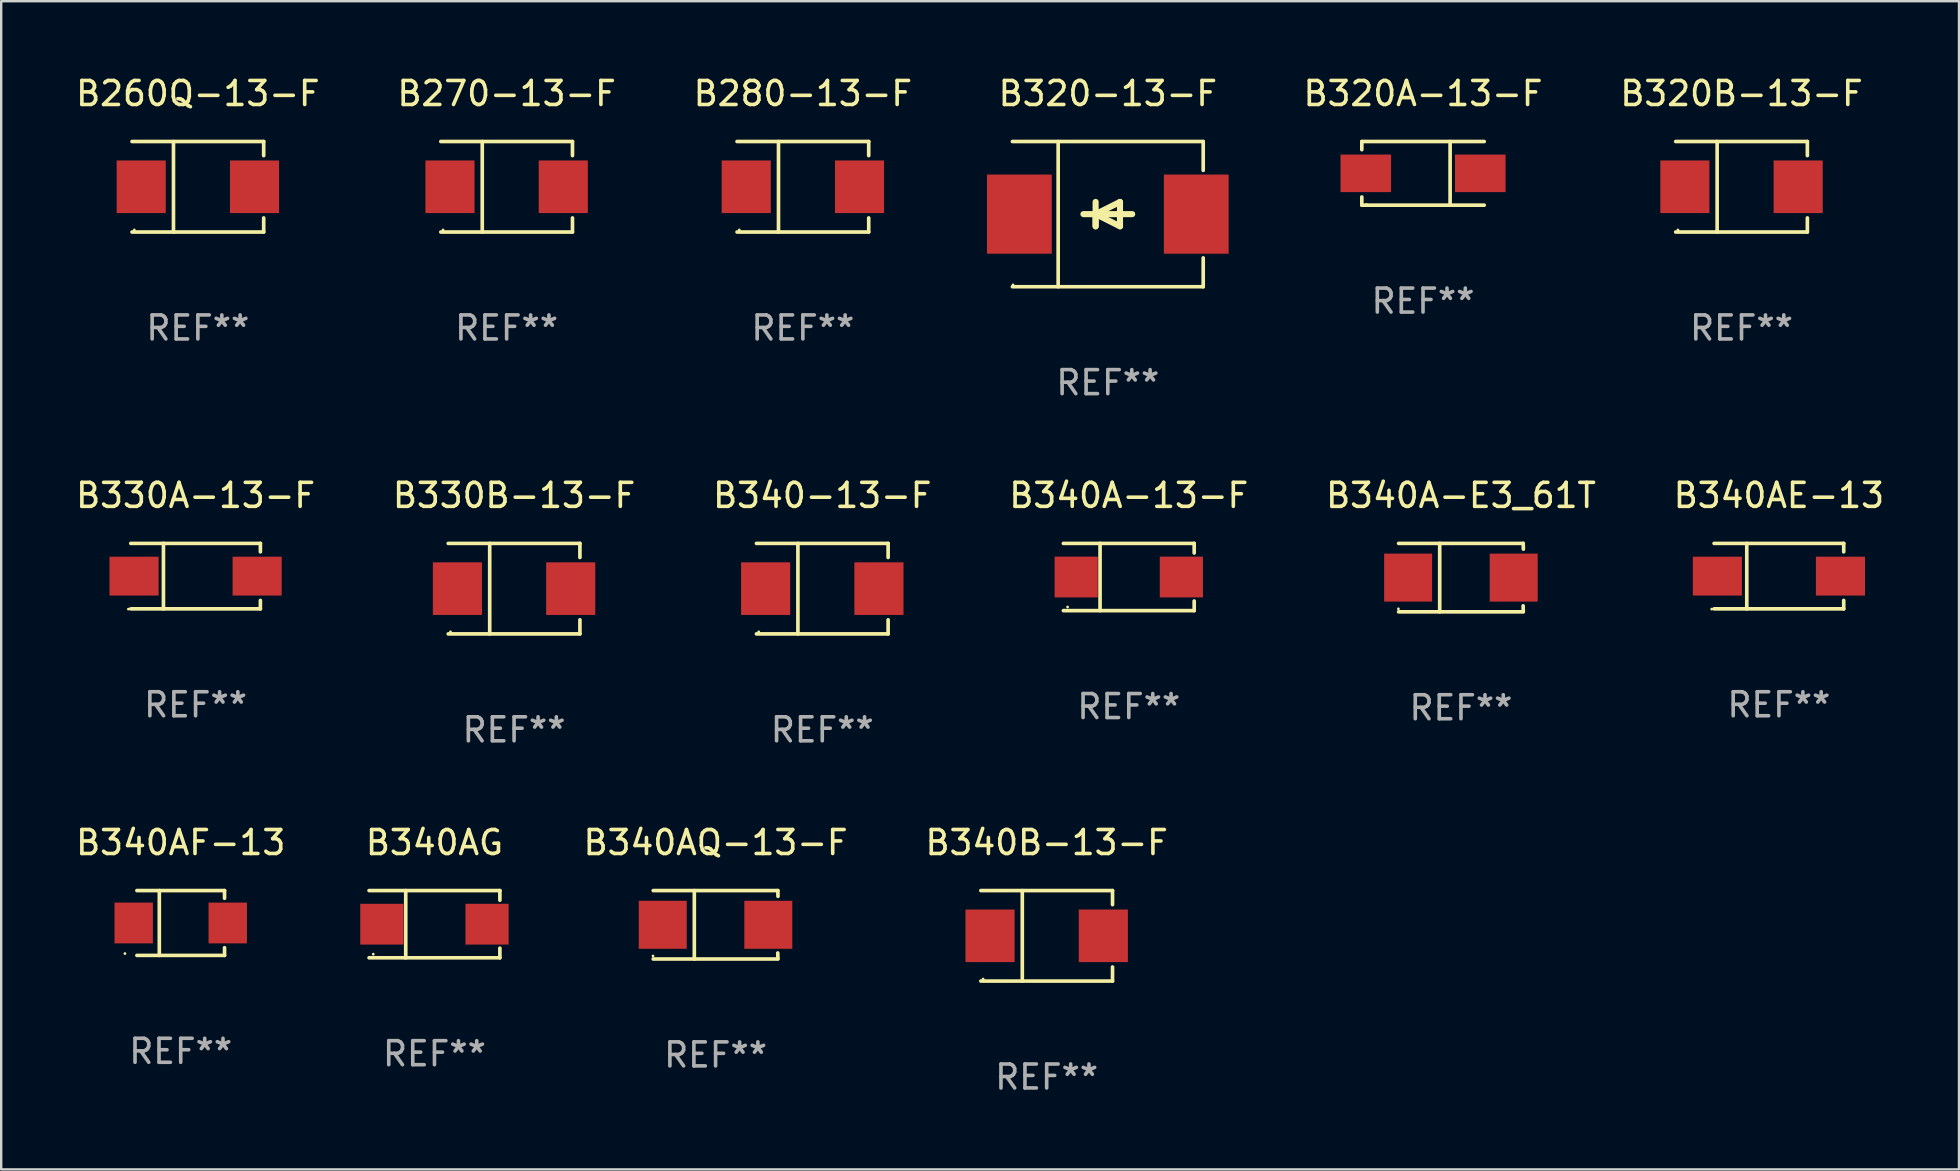
<source format=kicad_pcb>
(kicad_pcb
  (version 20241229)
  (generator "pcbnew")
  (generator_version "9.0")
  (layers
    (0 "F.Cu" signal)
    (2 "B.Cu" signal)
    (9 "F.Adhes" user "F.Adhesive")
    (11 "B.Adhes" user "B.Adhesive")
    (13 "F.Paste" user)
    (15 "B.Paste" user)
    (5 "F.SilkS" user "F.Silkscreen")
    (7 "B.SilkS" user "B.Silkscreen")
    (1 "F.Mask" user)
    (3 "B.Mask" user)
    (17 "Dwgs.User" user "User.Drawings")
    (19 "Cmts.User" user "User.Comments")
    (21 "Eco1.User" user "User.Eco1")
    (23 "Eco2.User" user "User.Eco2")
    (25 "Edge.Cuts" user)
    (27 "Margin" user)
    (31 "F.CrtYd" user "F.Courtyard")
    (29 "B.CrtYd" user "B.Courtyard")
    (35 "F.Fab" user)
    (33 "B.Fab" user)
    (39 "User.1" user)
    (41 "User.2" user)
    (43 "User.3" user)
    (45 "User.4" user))
  (footprint "B340AG"
    (layer "F.Cu")
    (at 15.057 35.467)
    (property "Reference" "B340AG" (at 0 -3.401 0) (layer "F.SilkS") (effects (font (size 1 1) (thickness 0.15))))
    (attr through_hole)
    (fp_line (start -2.726 -1.401) (end 2.726 -1.401) (stroke (width 0.152) (type solid)) (layer "F.SilkS"))
    (fp_line (start -2.726 1.401) (end 2.726 1.401) (stroke (width 0.152) (type solid)) (layer "F.SilkS"))
    (fp_line (start -1.197 -1.401) (end -1.197 1.401) (stroke (width 0.152) (type solid)) (layer "F.SilkS"))
    (fp_line (start 2.726 -1.401) (end 2.726 -1) (stroke (width 0.152) (type solid)) (layer "F.SilkS"))
    (fp_line (start 2.726 1.401) (end 2.726 1) (stroke (width 0.152) (type solid)) (layer "F.SilkS"))
    (fp_circle (center -2.55 1.25) (end -2.52 1.25) (stroke (width 0.06) (type solid)) (fill no) (layer "F.SilkS"))
    (fp_text user "REF**" (at 0 5.401 0) (layer "F.Fab") (effects (font (size 1 1) (thickness 0.15))))
    (pad "1" smd rect (at -2.192 0) (size 1.8 1.7) (layers "F.Cu" "F.Mask" "F.Paste"))
    (pad "2" smd rect (at 2.192 0) (size 1.8 1.7) (layers "F.Cu" "F.Mask" "F.Paste")))
  (footprint "B340B-13-F"
    (layer "F.Cu")
    (at 40.572 35.952)
    (property "Reference" "B340B-13-F" (at 0 -3.886 0) (layer "F.SilkS") (effects (font (size 1 1) (thickness 0.15))))
    (attr through_hole)
    (fp_line (start -2.744 -1.886) (end 2.744 -1.886) (stroke (width 0.152) (type solid)) (layer "F.SilkS"))
    (fp_line (start -2.744 1.886) (end 2.744 1.886) (stroke (width 0.152) (type solid)) (layer "F.SilkS"))
    (fp_line (start -1.016 -1.886) (end -1.016 1.886) (stroke (width 0.152) (type solid)) (layer "F.SilkS"))
    (fp_line (start 2.744 -1.886) (end 2.744 -1.299) (stroke (width 0.152) (type solid)) (layer "F.SilkS"))
    (fp_line (start 2.744 1.886) (end 2.744 1.299) (stroke (width 0.152) (type solid)) (layer "F.SilkS"))
    (fp_circle (center -2.65 1.8) (end -2.62 1.8) (stroke (width 0.06) (type solid)) (fill no) (layer "F.SilkS"))
    (fp_text user "REF**" (at 0 5.886 0) (layer "F.Fab") (effects (font (size 1 1) (thickness 0.15))))
    (pad "1" smd rect (at -2.361 0) (size 2.047 2.192) (layers "F.Cu" "F.Mask" "F.Paste"))
    (pad "2" smd rect (at 2.361 0) (size 2.047 2.192) (layers "F.Cu" "F.Mask" "F.Paste")))
  (footprint "B320B-13-F"
    (layer "F.Cu")
    (at 69.531 4.734)
    (property "Reference" "B320B-13-F" (at 0 -3.886 0) (layer "F.SilkS") (effects (font (size 1 1) (thickness 0.15))))
    (attr through_hole)
    (fp_line (start -2.744 -1.886) (end 2.744 -1.886) (stroke (width 0.152) (type solid)) (layer "F.SilkS"))
    (fp_line (start -2.744 1.886) (end 2.744 1.886) (stroke (width 0.152) (type solid)) (layer "F.SilkS"))
    (fp_line (start -1.016 -1.886) (end -1.016 1.886) (stroke (width 0.152) (type solid)) (layer "F.SilkS"))
    (fp_line (start 2.744 -1.886) (end 2.744 -1.299) (stroke (width 0.152) (type solid)) (layer "F.SilkS"))
    (fp_line (start 2.744 1.886) (end 2.744 1.299) (stroke (width 0.152) (type solid)) (layer "F.SilkS"))
    (fp_circle (center -2.65 1.8) (end -2.62 1.8) (stroke (width 0.06) (type solid)) (fill no) (layer "F.SilkS"))
    (fp_text user "REF**" (at 0 5.886 0) (layer "F.Fab") (effects (font (size 1 1) (thickness 0.15))))
    (pad "1" smd rect (at -2.361 0) (size 2.047 2.192) (layers "F.Cu" "F.Mask" "F.Paste"))
    (pad "2" smd rect (at 2.361 0) (size 2.047 2.192) (layers "F.Cu" "F.Mask" "F.Paste")))
  (footprint "B340-13-F"
    (layer "F.Cu")
    (at 31.22 21.483)
    (property "Reference" "B340-13-F" (at 0 -3.886 0) (layer "F.SilkS") (effects (font (size 1 1) (thickness 0.15))))
    (attr through_hole)
    (fp_line (start -2.744 -1.886) (end 2.744 -1.886) (stroke (width 0.152) (type solid)) (layer "F.SilkS"))
    (fp_line (start -2.744 1.886) (end 2.744 1.886) (stroke (width 0.152) (type solid)) (layer "F.SilkS"))
    (fp_line (start -1.016 -1.886) (end -1.016 1.886) (stroke (width 0.152) (type solid)) (layer "F.SilkS"))
    (fp_line (start 2.744 -1.886) (end 2.744 -1.299) (stroke (width 0.152) (type solid)) (layer "F.SilkS"))
    (fp_line (start 2.744 1.886) (end 2.744 1.299) (stroke (width 0.152) (type solid)) (layer "F.SilkS"))
    (fp_circle (center -2.65 1.8) (end -2.62 1.8) (stroke (width 0.06) (type solid)) (fill no) (layer "F.SilkS"))
    (fp_text user "REF**" (at 0 5.886 0) (layer "F.Fab") (effects (font (size 1 1) (thickness 0.15))))
    (pad "1" smd rect (at -2.361 0) (size 2.047 2.192) (layers "F.Cu" "F.Mask" "F.Paste"))
    (pad "2" smd rect (at 2.361 0) (size 2.047 2.192) (layers "F.Cu" "F.Mask" "F.Paste")))
  (footprint "B340AQ-13-F"
    (layer "F.Cu")
    (at 26.774 35.492)
    (property "Reference" "B340AQ-13-F" (at 0 -3.426 0) (layer "F.SilkS") (effects (font (size 1 1) (thickness 0.15))))
    (attr through_hole)
    (fp_line (start -2.6 -1.426) (end 2.593 -1.426) (stroke (width 0.152) (type solid)) (layer "F.SilkS"))
    (fp_line (start -2.6 1.426) (end 2.593 1.426) (stroke (width 0.152) (type solid)) (layer "F.SilkS"))
    (fp_line (start -0.887 -1.426) (end -0.887 1.426) (stroke (width 0.152) (type solid)) (layer "F.SilkS"))
    (fp_line (start 2.59 1.176) (end 2.597 1.415) (stroke (width 0.152) (type solid)) (layer "F.SilkS"))
    (fp_line (start 2.593 -1.426) (end 2.6 -1.187) (stroke (width 0.152) (type solid)) (layer "F.SilkS"))
    (fp_circle (center -2.608 1.3) (end -2.578 1.3) (stroke (width 0.06) (type solid)) (fill no) (layer "F.SilkS"))
    (fp_text user "REF**" (at 0 5.426 0) (layer "F.Fab") (effects (font (size 1 1) (thickness 0.15))))
    (pad "1" smd rect (at -2.203 0 180) (size 2 2) (layers "F.Cu" "F.Mask" "F.Paste"))
    (pad "2" smd rect (at 2.197 0 180) (size 2 2) (layers "F.Cu" "F.Mask" "F.Paste")))
  (footprint "B280-13-F"
    (layer "F.Cu")
    (at 30.411 4.734)
    (property "Reference" "B280-13-F" (at 0 -3.886 0) (layer "F.SilkS") (effects (font (size 1 1) (thickness 0.15))))
    (attr through_hole)
    (fp_line (start -2.744 -1.886) (end 2.744 -1.886) (stroke (width 0.152) (type solid)) (layer "F.SilkS"))
    (fp_line (start -2.744 1.886) (end 2.744 1.886) (stroke (width 0.152) (type solid)) (layer "F.SilkS"))
    (fp_line (start -1.016 -1.886) (end -1.016 1.886) (stroke (width 0.152) (type solid)) (layer "F.SilkS"))
    (fp_line (start 2.744 -1.886) (end 2.744 -1.299) (stroke (width 0.152) (type solid)) (layer "F.SilkS"))
    (fp_line (start 2.744 1.886) (end 2.744 1.299) (stroke (width 0.152) (type solid)) (layer "F.SilkS"))
    (fp_circle (center -2.65 1.8) (end -2.62 1.8) (stroke (width 0.06) (type solid)) (fill no) (layer "F.SilkS"))
    (fp_text user "REF**" (at 0 5.886 0) (layer "F.Fab") (effects (font (size 1 1) (thickness 0.15))))
    (pad "1" smd rect (at -2.361 0) (size 2.047 2.192) (layers "F.Cu" "F.Mask" "F.Paste"))
    (pad "2" smd rect (at 2.361 0) (size 2.047 2.192) (layers "F.Cu" "F.Mask" "F.Paste")))
  (footprint "B330B-13-F"
    (layer "F.Cu")
    (at 18.375 21.483)
    (property "Reference" "B330B-13-F" (at 0 -3.886 0) (layer "F.SilkS") (effects (font (size 1 1) (thickness 0.15))))
    (attr through_hole)
    (fp_line (start -2.744 -1.886) (end 2.744 -1.886) (stroke (width 0.152) (type solid)) (layer "F.SilkS"))
    (fp_line (start -2.744 1.886) (end 2.744 1.886) (stroke (width 0.152) (type solid)) (layer "F.SilkS"))
    (fp_line (start -1.016 -1.886) (end -1.016 1.886) (stroke (width 0.152) (type solid)) (layer "F.SilkS"))
    (fp_line (start 2.744 -1.886) (end 2.744 -1.299) (stroke (width 0.152) (type solid)) (layer "F.SilkS"))
    (fp_line (start 2.744 1.886) (end 2.744 1.299) (stroke (width 0.152) (type solid)) (layer "F.SilkS"))
    (fp_circle (center -2.65 1.8) (end -2.62 1.8) (stroke (width 0.06) (type solid)) (fill no) (layer "F.SilkS"))
    (fp_text user "REF**" (at 0 5.886 0) (layer "F.Fab") (effects (font (size 1 1) (thickness 0.15))))
    (pad "1" smd rect (at -2.361 0) (size 2.047 2.192) (layers "F.Cu" "F.Mask" "F.Paste"))
    (pad "2" smd rect (at 2.361 0) (size 2.047 2.192) (layers "F.Cu" "F.Mask" "F.Paste")))
  (footprint "B260Q-13-F"
    (layer "F.Cu")
    (at 5.196 4.734)
    (property "Reference" "B260Q-13-F" (at 0 -3.886 0) (layer "F.SilkS") (effects (font (size 1 1) (thickness 0.15))))
    (attr through_hole)
    (fp_line (start -2.744 -1.886) (end 2.744 -1.886) (stroke (width 0.152) (type solid)) (layer "F.SilkS"))
    (fp_line (start -2.744 1.886) (end 2.744 1.886) (stroke (width 0.152) (type solid)) (layer "F.SilkS"))
    (fp_line (start -1.016 -1.886) (end -1.016 1.886) (stroke (width 0.152) (type solid)) (layer "F.SilkS"))
    (fp_line (start 2.744 -1.886) (end 2.744 -1.299) (stroke (width 0.152) (type solid)) (layer "F.SilkS"))
    (fp_line (start 2.744 1.886) (end 2.744 1.299) (stroke (width 0.152) (type solid)) (layer "F.SilkS"))
    (fp_circle (center -2.65 1.8) (end -2.62 1.8) (stroke (width 0.06) (type solid)) (fill no) (layer "F.SilkS"))
    (fp_text user "REF**" (at 0 5.886 0) (layer "F.Fab") (effects (font (size 1 1) (thickness 0.15))))
    (pad "1" smd rect (at -2.361 0) (size 2.047 2.192) (layers "F.Cu" "F.Mask" "F.Paste"))
    (pad "2" smd rect (at 2.361 0) (size 2.047 2.192) (layers "F.Cu" "F.Mask" "F.Paste")))
  (footprint "B340A-E3_61T"
    (layer "F.Cu")
    (at 57.839 21.023)
    (property "Reference" "B340A-E3_61T" (at 0 -3.426 0) (layer "F.SilkS") (effects (font (size 1 1) (thickness 0.15))))
    (attr through_hole)
    (fp_line (start -2.6 -1.426) (end 2.593 -1.426) (stroke (width 0.152) (type solid)) (layer "F.SilkS"))
    (fp_line (start -2.6 1.426) (end 2.593 1.426) (stroke (width 0.152) (type solid)) (layer "F.SilkS"))
    (fp_line (start -0.887 -1.426) (end -0.887 1.426) (stroke (width 0.152) (type solid)) (layer "F.SilkS"))
    (fp_line (start 2.59 1.176) (end 2.597 1.415) (stroke (width 0.152) (type solid)) (layer "F.SilkS"))
    (fp_line (start 2.593 -1.426) (end 2.6 -1.187) (stroke (width 0.152) (type solid)) (layer "F.SilkS"))
    (fp_circle (center -2.608 1.3) (end -2.578 1.3) (stroke (width 0.06) (type solid)) (fill no) (layer "F.SilkS"))
    (fp_text user "REF**" (at 0 5.426 0) (layer "F.Fab") (effects (font (size 1 1) (thickness 0.15))))
    (pad "1" smd rect (at -2.203 0 180) (size 2 2) (layers "F.Cu" "F.Mask" "F.Paste"))
    (pad "2" smd rect (at 2.197 0 180) (size 2 2) (layers "F.Cu" "F.Mask" "F.Paste")))
  (footprint "B340AF-13"
    (layer "F.Cu")
    (at 4.482 35.417)
    (property "Reference" "B340AF-13" (at 0 -3.351 0) (layer "F.SilkS") (effects (font (size 1 1) (thickness 0.15))))
    (attr through_hole)
    (fp_line (start -1.826 -1.351) (end 1.826 -1.351) (stroke (width 0.152) (type solid)) (layer "F.SilkS"))
    (fp_line (start -1.826 1.351) (end 1.826 1.351) (stroke (width 0.152) (type solid)) (layer "F.SilkS"))
    (fp_line (start -0.892 -1.351) (end -0.892 1.351) (stroke (width 0.152) (type solid)) (layer "F.SilkS"))
    (fp_line (start 1.826 -1.351) (end 1.826 -1.03) (stroke (width 0.152) (type solid)) (layer "F.SilkS"))
    (fp_line (start 1.826 1.03) (end 1.826 1.351) (stroke (width 0.152) (type solid)) (layer "F.SilkS"))
    (fp_circle (center -2.325 1.275) (end -2.295 1.275) (stroke (width 0.06) (type solid)) (fill no) (layer "F.SilkS"))
    (fp_text user "REF**" (at 0 5.351 0) (layer "F.Fab") (effects (font (size 1 1) (thickness 0.15))))
    (pad "1" smd rect (at -1.96 0 180) (size 1.6 1.7) (layers "F.Cu" "F.Mask" "F.Paste"))
    (pad "2" smd rect (at 1.96 0 180) (size 1.6 1.7) (layers "F.Cu" "F.Mask" "F.Paste")))
  (footprint "B320A-13-F"
    (layer "F.Cu")
    (at 56.257 4.174)
    (property "Reference" "B320A-13-F" (at 0 -3.326 0) (layer "F.SilkS") (effects (font (size 1 1) (thickness 0.15))))
    (attr through_hole)
    (fp_line (start -2.551 -1.326) (end -2.551 -0.986) (stroke (width 0.152) (type solid)) (layer "F.SilkS"))
    (fp_line (start -2.551 1.326) (end -2.551 0.986) (stroke (width 0.152) (type solid)) (layer "F.SilkS"))
    (fp_line (start 1.129 1.326) (end 1.129 -1.326) (stroke (width 0.152) (type solid)) (layer "F.SilkS"))
    (fp_line (start 2.551 -1.326) (end -2.551 -1.326) (stroke (width 0.152) (type solid)) (layer "F.SilkS"))
    (fp_line (start 2.551 1.326) (end -2.551 1.326) (stroke (width 0.152) (type solid)) (layer "F.SilkS"))
    (fp_circle (center -2.35 1.3) (end -2.32 1.3) (stroke (width 0.06) (type solid)) (fill no) (layer "F.SilkS"))
    (fp_text user "REF**" (at 0 5.326 0) (layer "F.Fab") (effects (font (size 1 1) (thickness 0.15))))
    (pad "1" smd rect (at -2.386 0) (size 2.107 1.566) (layers "F.Cu" "F.Mask" "F.Paste"))
    (pad "2" smd rect (at 2.386 0) (size 2.107 1.566) (layers "F.Cu" "F.Mask" "F.Paste")))
  (footprint "B340A-13-F"
    (layer "F.Cu")
    (at 43.994 20.998)
    (property "Reference" "B340A-13-F" (at 0 -3.401 0) (layer "F.SilkS") (effects (font (size 1 1) (thickness 0.15))))
    (attr through_hole)
    (fp_line (start -2.726 -1.401) (end 2.726 -1.401) (stroke (width 0.152) (type solid)) (layer "F.SilkS"))
    (fp_line (start -2.726 1.401) (end 2.726 1.401) (stroke (width 0.152) (type solid)) (layer "F.SilkS"))
    (fp_line (start -1.197 -1.401) (end -1.197 1.401) (stroke (width 0.152) (type solid)) (layer "F.SilkS"))
    (fp_line (start 2.726 -1.401) (end 2.726 -1) (stroke (width 0.152) (type solid)) (layer "F.SilkS"))
    (fp_line (start 2.726 1.401) (end 2.726 1) (stroke (width 0.152) (type solid)) (layer "F.SilkS"))
    (fp_circle (center -2.55 1.25) (end -2.52 1.25) (stroke (width 0.06) (type solid)) (fill no) (layer "F.SilkS"))
    (fp_text user "REF**" (at 0 5.401 0) (layer "F.Fab") (effects (font (size 1 1) (thickness 0.15))))
    (pad "1" smd rect (at -2.192 0) (size 1.8 1.7) (layers "F.Cu" "F.Mask" "F.Paste"))
    (pad "2" smd rect (at 2.192 0) (size 1.8 1.7) (layers "F.Cu" "F.Mask" "F.Paste")))
  (footprint "B270-13-F"
    (layer "F.Cu")
    (at 18.065 4.734)
    (property "Reference" "B270-13-F" (at 0 -3.886 0) (layer "F.SilkS") (effects (font (size 1 1) (thickness 0.15))))
    (attr through_hole)
    (fp_line (start -2.744 -1.886) (end 2.744 -1.886) (stroke (width 0.152) (type solid)) (layer "F.SilkS"))
    (fp_line (start -2.744 1.886) (end 2.744 1.886) (stroke (width 0.152) (type solid)) (layer "F.SilkS"))
    (fp_line (start -1.016 -1.886) (end -1.016 1.886) (stroke (width 0.152) (type solid)) (layer "F.SilkS"))
    (fp_line (start 2.744 -1.886) (end 2.744 -1.299) (stroke (width 0.152) (type solid)) (layer "F.SilkS"))
    (fp_line (start 2.744 1.886) (end 2.744 1.299) (stroke (width 0.152) (type solid)) (layer "F.SilkS"))
    (fp_circle (center -2.65 1.8) (end -2.62 1.8) (stroke (width 0.06) (type solid)) (fill no) (layer "F.SilkS"))
    (fp_text user "REF**" (at 0 5.886 0) (layer "F.Fab") (effects (font (size 1 1) (thickness 0.15))))
    (pad "1" smd rect (at -2.361 0) (size 2.047 2.192) (layers "F.Cu" "F.Mask" "F.Paste"))
    (pad "2" smd rect (at 2.361 0) (size 2.047 2.192) (layers "F.Cu" "F.Mask" "F.Paste")))
  (footprint "B330A-13-F"
    (layer "F.Cu")
    (at 5.101 20.961)
    (property "Reference" "B330A-13-F" (at 0 -3.364 0) (layer "F.SilkS") (effects (font (size 1 1) (thickness 0.15))))
    (attr through_hole)
    (fp_line (start -2.701 -1.364) (end 2.701 -1.364) (stroke (width 0.152) (type solid)) (layer "F.SilkS"))
    (fp_line (start -2.701 1.364) (end 2.701 1.364) (stroke (width 0.152) (type solid)) (layer "F.SilkS"))
    (fp_line (start -1.339 -1.364) (end -1.339 1.364) (stroke (width 0.152) (type solid)) (layer "F.SilkS"))
    (fp_line (start 2.701 -1.364) (end 2.701 -1.013) (stroke (width 0.152) (type solid)) (layer "F.SilkS"))
    (fp_line (start 2.701 1.364) (end 2.701 1.013) (stroke (width 0.152) (type solid)) (layer "F.SilkS"))
    (fp_circle (center -2.8 1.375) (end -2.77 1.375) (stroke (width 0.06) (type solid)) (fill no) (layer "F.SilkS"))
    (fp_text user "REF**" (at 0 5.364 0) (layer "F.Fab") (effects (font (size 1 1) (thickness 0.15))))
    (pad "1" smd rect (at -2.565 -0.000025) (size 2.046 1.62) (layers "F.Cu" "F.Mask" "F.Paste"))
    (pad "2" smd rect (at 2.565 -0.000025) (size 2.046 1.62) (layers "F.Cu" "F.Mask" "F.Paste")))
  (footprint "B320-13-F"
    (layer "F.Cu")
    (at 43.12 5.874)
    (property "Reference" "B320-13-F" (at 0 -5.026 0) (layer "F.SilkS") (effects (font (size 1 1) (thickness 0.15))))
    (attr through_hole)
    (fp_line (start -3.976 -3.026) (end 3.976 -3.026) (stroke (width 0.152) (type solid)) (layer "F.SilkS"))
    (fp_line (start -3.976 3.026) (end 3.976 3.026) (stroke (width 0.152) (type solid)) (layer "F.SilkS"))
    (fp_line (start -2.069 -3.026) (end -2.069 3.026) (stroke (width 0.152) (type solid)) (layer "F.SilkS"))
    (fp_line (start -0.508 0) (end -0.508 0.508) (stroke (width 0.254) (type solid)) (layer "F.SilkS"))
    (fp_line (start -0.508 0) (end 0.508 0.508) (stroke (width 0.254) (type solid)) (layer "F.SilkS"))
    (fp_line (start -0.508 0.508) (end -0.508 -0.508) (stroke (width 0.254) (type solid)) (layer "F.SilkS"))
    (fp_line (start 0.508 -0.508) (end -0.508 0) (stroke (width 0.254) (type solid)) (layer "F.SilkS"))
    (fp_line (start 0.508 0.508) (end 0.508 -0.508) (stroke (width 0.254) (type solid)) (layer "F.SilkS"))
    (fp_line (start 1.016 0) (end -1.016 0) (stroke (width 0.254) (type solid)) (layer "F.SilkS"))
    (fp_line (start 3.976 -3.026) (end 3.976 -1.823) (stroke (width 0.152) (type solid)) (layer "F.SilkS"))
    (fp_line (start 3.976 3.026) (end 3.976 1.823) (stroke (width 0.152) (type solid)) (layer "F.SilkS"))
    (fp_circle (center -3.95 2.95) (end -3.92 2.95) (stroke (width 0.06) (type solid)) (fill no) (layer "F.SilkS"))
    (fp_text user "REF**" (at 0 7.026 0) (layer "F.Fab") (effects (font (size 1 1) (thickness 0.15))))
    (pad "1" smd rect (at -3.686 0) (size 2.7 3.3) (layers "F.Cu" "F.Mask" "F.Paste"))
    (pad "2" smd rect (at 3.686 0) (size 2.7 3.3) (layers "F.Cu" "F.Mask" "F.Paste")))
  (footprint "B340AE-13"
    (layer "F.Cu")
    (at 71.089 20.961)
    (property "Reference" "B340AE-13" (at 0 -3.364 0) (layer "F.SilkS") (effects (font (size 1 1) (thickness 0.15))))
    (attr through_hole)
    (fp_line (start -2.701 -1.364) (end 2.701 -1.364) (stroke (width 0.152) (type solid)) (layer "F.SilkS"))
    (fp_line (start -2.701 1.364) (end 2.701 1.364) (stroke (width 0.152) (type solid)) (layer "F.SilkS"))
    (fp_line (start -1.339 -1.364) (end -1.339 1.364) (stroke (width 0.152) (type solid)) (layer "F.SilkS"))
    (fp_line (start 2.701 -1.364) (end 2.701 -1.013) (stroke (width 0.152) (type solid)) (layer "F.SilkS"))
    (fp_line (start 2.701 1.364) (end 2.701 1.013) (stroke (width 0.152) (type solid)) (layer "F.SilkS"))
    (fp_circle (center -2.8 1.375) (end -2.77 1.375) (stroke (width 0.06) (type solid)) (fill no) (layer "F.SilkS"))
    (fp_text user "REF**" (at 0 5.364 0) (layer "F.Fab") (effects (font (size 1 1) (thickness 0.15))))
    (pad "1" smd rect (at -2.565 -0.000025) (size 2.046 1.62) (layers "F.Cu" "F.Mask" "F.Paste"))
    (pad "2" smd rect (at 2.565 -0.000025) (size 2.046 1.62) (layers "F.Cu" "F.Mask" "F.Paste")))
  (gr_rect
    (start -3 -3)
    (end 78.595 45.687)
    (stroke (width 0.1) (type default))
    (fill no)
    (layer "Edge.Cuts")))
</source>
